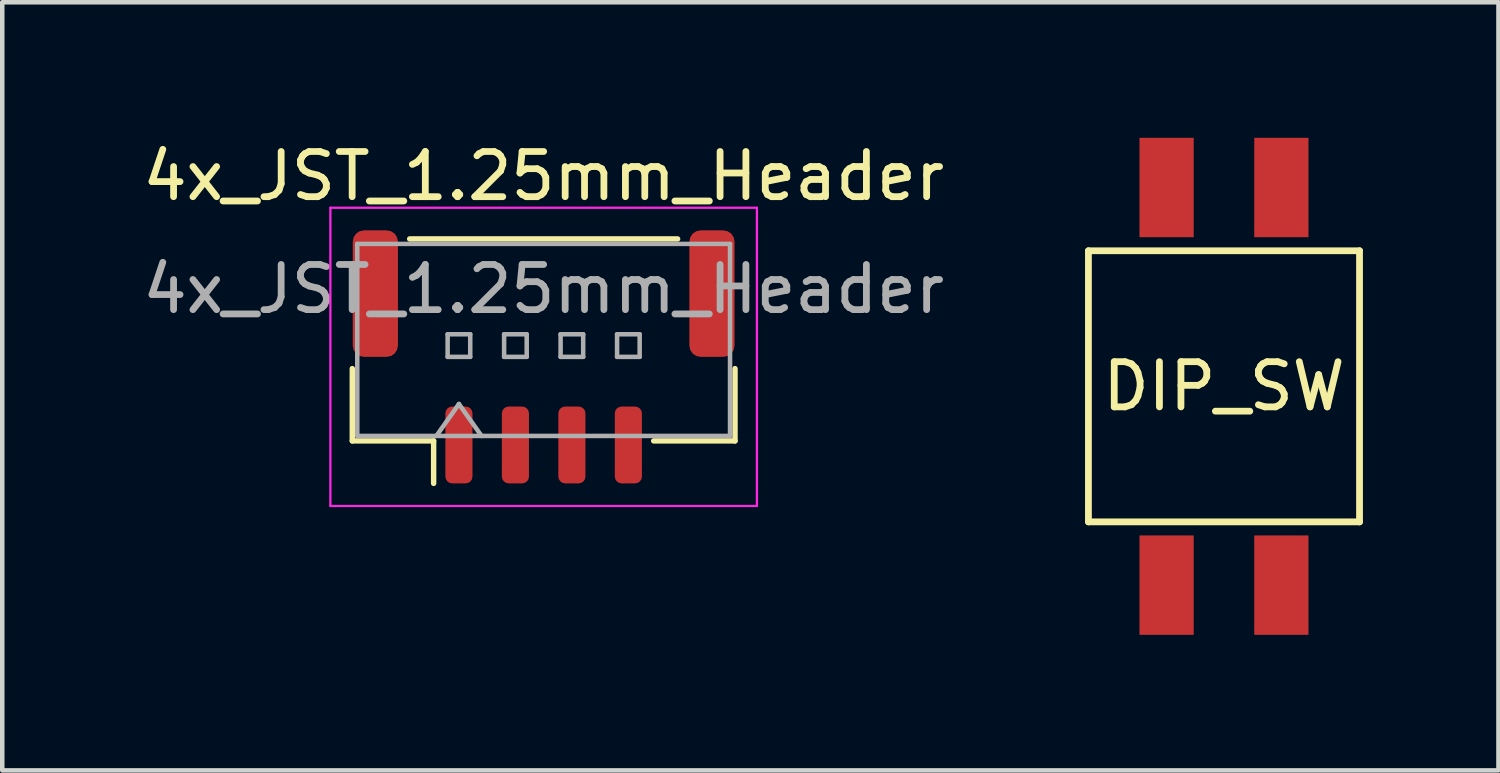
<source format=kicad_pcb>
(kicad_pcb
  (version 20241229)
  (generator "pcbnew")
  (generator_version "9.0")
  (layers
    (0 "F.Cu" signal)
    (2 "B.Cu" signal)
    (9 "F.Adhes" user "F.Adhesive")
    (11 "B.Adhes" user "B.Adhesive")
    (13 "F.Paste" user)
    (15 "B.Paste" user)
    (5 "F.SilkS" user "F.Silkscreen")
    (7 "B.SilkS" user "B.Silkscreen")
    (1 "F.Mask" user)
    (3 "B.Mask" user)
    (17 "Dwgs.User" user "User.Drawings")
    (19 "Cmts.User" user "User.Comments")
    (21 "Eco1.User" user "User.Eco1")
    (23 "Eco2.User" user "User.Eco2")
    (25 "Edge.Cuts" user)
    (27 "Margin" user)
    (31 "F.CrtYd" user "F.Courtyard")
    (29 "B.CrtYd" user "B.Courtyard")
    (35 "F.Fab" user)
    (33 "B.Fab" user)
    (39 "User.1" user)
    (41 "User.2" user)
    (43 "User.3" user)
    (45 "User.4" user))
  (footprint "DIP_SW"
    (layer "F.Cu")
    (at 24.039 5.5)
    (property "Reference" "DIP_SW" (at 0 0 180) (layer "F.SilkS") (effects (font (size 1 1) (thickness 0.15))))
    (attr through_hole)
    (fp_line (start -3 -3) (end -3 3) (stroke (width 0.15) (type solid)) (layer "F.SilkS"))
    (fp_line (start -3 -3) (end 3 -3) (stroke (width 0.15) (type solid)) (layer "F.SilkS"))
    (fp_line (start 3 -3) (end 3 3) (stroke (width 0.15) (type solid)) (layer "F.SilkS"))
    (fp_line (start 3 3) (end -3 3) (stroke (width 0.15) (type solid)) (layer "F.SilkS"))
    (pad "1" smd rect (at 1.27 -4.4) (size 1.2 2.2) (layers "F.Cu" "F.Mask" "F.Paste"))
    (pad "2" smd rect (at -1.27 -4.4) (size 1.2 2.2) (layers "F.Cu" "F.Mask" "F.Paste"))
    (pad "3" smd rect (at -1.27 4.4) (size 1.2 2.2) (layers "F.Cu" "F.Mask" "F.Paste"))
    (pad "4" smd rect (at 1.27 4.4) (size 1.2 2.2) (layers "F.Cu" "F.Mask" "F.Paste")))
  (footprint "4x_JST_1.25mm_Header"
    (layer "F.Cu")
    (at 8.982 4.848)
    (property "Reference" "4x_JST_1.25mm_Header" (at 0 -4 0) (layer "F.SilkS") (effects (font (size 1 1) (thickness 0.15))))
    (attr smd)
    (fp_line (start -4.235 0.26) (end -4.235 1.86) (stroke (width 0.12) (type solid)) (layer "F.SilkS"))
    (fp_line (start -4.235 1.86) (end -2.435 1.86) (stroke (width 0.12) (type solid)) (layer "F.SilkS"))
    (fp_line (start -2.965 -2.61) (end 2.965 -2.61) (stroke (width 0.12) (type solid)) (layer "F.SilkS"))
    (fp_line (start -2.435 1.86) (end -2.435 2.8) (stroke (width 0.12) (type solid)) (layer "F.SilkS"))
    (fp_line (start 4.235 0.26) (end 4.235 1.86) (stroke (width 0.12) (type solid)) (layer "F.SilkS"))
    (fp_line (start 4.235 1.86) (end 2.435 1.86) (stroke (width 0.12) (type solid)) (layer "F.SilkS"))
    (fp_line (start -4.72 -3.3) (end -4.72 3.3) (stroke (width 0.05) (type solid)) (layer "F.CrtYd"))
    (fp_line (start -4.72 3.3) (end 4.72 3.3) (stroke (width 0.05) (type solid)) (layer "F.CrtYd"))
    (fp_line (start 4.72 -3.3) (end -4.72 -3.3) (stroke (width 0.05) (type solid)) (layer "F.CrtYd"))
    (fp_line (start 4.72 3.3) (end 4.72 -3.3) (stroke (width 0.05) (type solid)) (layer "F.CrtYd"))
    (fp_line (start -4.125 -2.5) (end 4.125 -2.5) (stroke (width 0.1) (type solid)) (layer "F.Fab"))
    (fp_line (start -4.125 1.75) (end -4.125 -2.5) (stroke (width 0.1) (type solid)) (layer "F.Fab"))
    (fp_line (start -4.125 1.75) (end 4.125 1.75) (stroke (width 0.1) (type solid)) (layer "F.Fab"))
    (fp_line (start -2.375 1.75) (end -1.875 1.043) (stroke (width 0.1) (type solid)) (layer "F.Fab"))
    (fp_line (start -2.125 -0.5) (end -2.125 0) (stroke (width 0.1) (type solid)) (layer "F.Fab"))
    (fp_line (start -2.125 0) (end -1.625 0) (stroke (width 0.1) (type solid)) (layer "F.Fab"))
    (fp_line (start -1.875 1.043) (end -1.375 1.75) (stroke (width 0.1) (type solid)) (layer "F.Fab"))
    (fp_line (start -1.625 -0.5) (end -2.125 -0.5) (stroke (width 0.1) (type solid)) (layer "F.Fab"))
    (fp_line (start -1.625 0) (end -1.625 -0.5) (stroke (width 0.1) (type solid)) (layer "F.Fab"))
    (fp_line (start -0.875 -0.5) (end -0.875 0) (stroke (width 0.1) (type solid)) (layer "F.Fab"))
    (fp_line (start -0.875 0) (end -0.375 0) (stroke (width 0.1) (type solid)) (layer "F.Fab"))
    (fp_line (start -0.375 -0.5) (end -0.875 -0.5) (stroke (width 0.1) (type solid)) (layer "F.Fab"))
    (fp_line (start -0.375 0) (end -0.375 -0.5) (stroke (width 0.1) (type solid)) (layer "F.Fab"))
    (fp_line (start 0.375 -0.5) (end 0.375 0) (stroke (width 0.1) (type solid)) (layer "F.Fab"))
    (fp_line (start 0.375 0) (end 0.875 0) (stroke (width 0.1) (type solid)) (layer "F.Fab"))
    (fp_line (start 0.875 -0.5) (end 0.375 -0.5) (stroke (width 0.1) (type solid)) (layer "F.Fab"))
    (fp_line (start 0.875 0) (end 0.875 -0.5) (stroke (width 0.1) (type solid)) (layer "F.Fab"))
    (fp_line (start 1.625 -0.5) (end 1.625 0) (stroke (width 0.1) (type solid)) (layer "F.Fab"))
    (fp_line (start 1.625 0) (end 2.125 0) (stroke (width 0.1) (type solid)) (layer "F.Fab"))
    (fp_line (start 2.125 -0.5) (end 1.625 -0.5) (stroke (width 0.1) (type solid)) (layer "F.Fab"))
    (fp_line (start 2.125 0) (end 2.125 -0.5) (stroke (width 0.1) (type solid)) (layer "F.Fab"))
    (fp_line (start 4.125 1.75) (end 4.125 -2.5) (stroke (width 0.1) (type solid)) (layer "F.Fab"))
    (fp_text user "${REFERENCE}" (at 0 -1.5 0) (layer "F.Fab") (effects (font (size 1 1) (thickness 0.15))))
    (pad "1" smd roundrect (at -1.875 1.95) (size 0.6 1.7) (layers "F.Cu" "F.Mask" "F.Paste") (roundrect_rratio 0.25))
    (pad "2" smd roundrect (at -0.625 1.95) (size 0.6 1.7) (layers "F.Cu" "F.Mask" "F.Paste") (roundrect_rratio 0.25))
    (pad "3" smd roundrect (at 0.625 1.95) (size 0.6 1.7) (layers "F.Cu" "F.Mask" "F.Paste") (roundrect_rratio 0.25))
    (pad "4" smd roundrect (at 1.875 1.95) (size 0.6 1.7) (layers "F.Cu" "F.Mask" "F.Paste") (roundrect_rratio 0.25))
    (pad "MP" smd roundrect (at -3.725 -1.4) (size 1 2.8) (layers "F.Cu" "F.Mask" "F.Paste") (roundrect_rratio 0.25))
    (pad "MP" smd roundrect (at 3.725 -1.4) (size 1 2.8) (layers "F.Cu" "F.Mask" "F.Paste") (roundrect_rratio 0.25)))
  (gr_rect
    (start -3 -3)
    (end 30.114 14)
    (stroke (width 0.1) (type default))
    (fill no)
    (layer "Edge.Cuts")))
</source>
